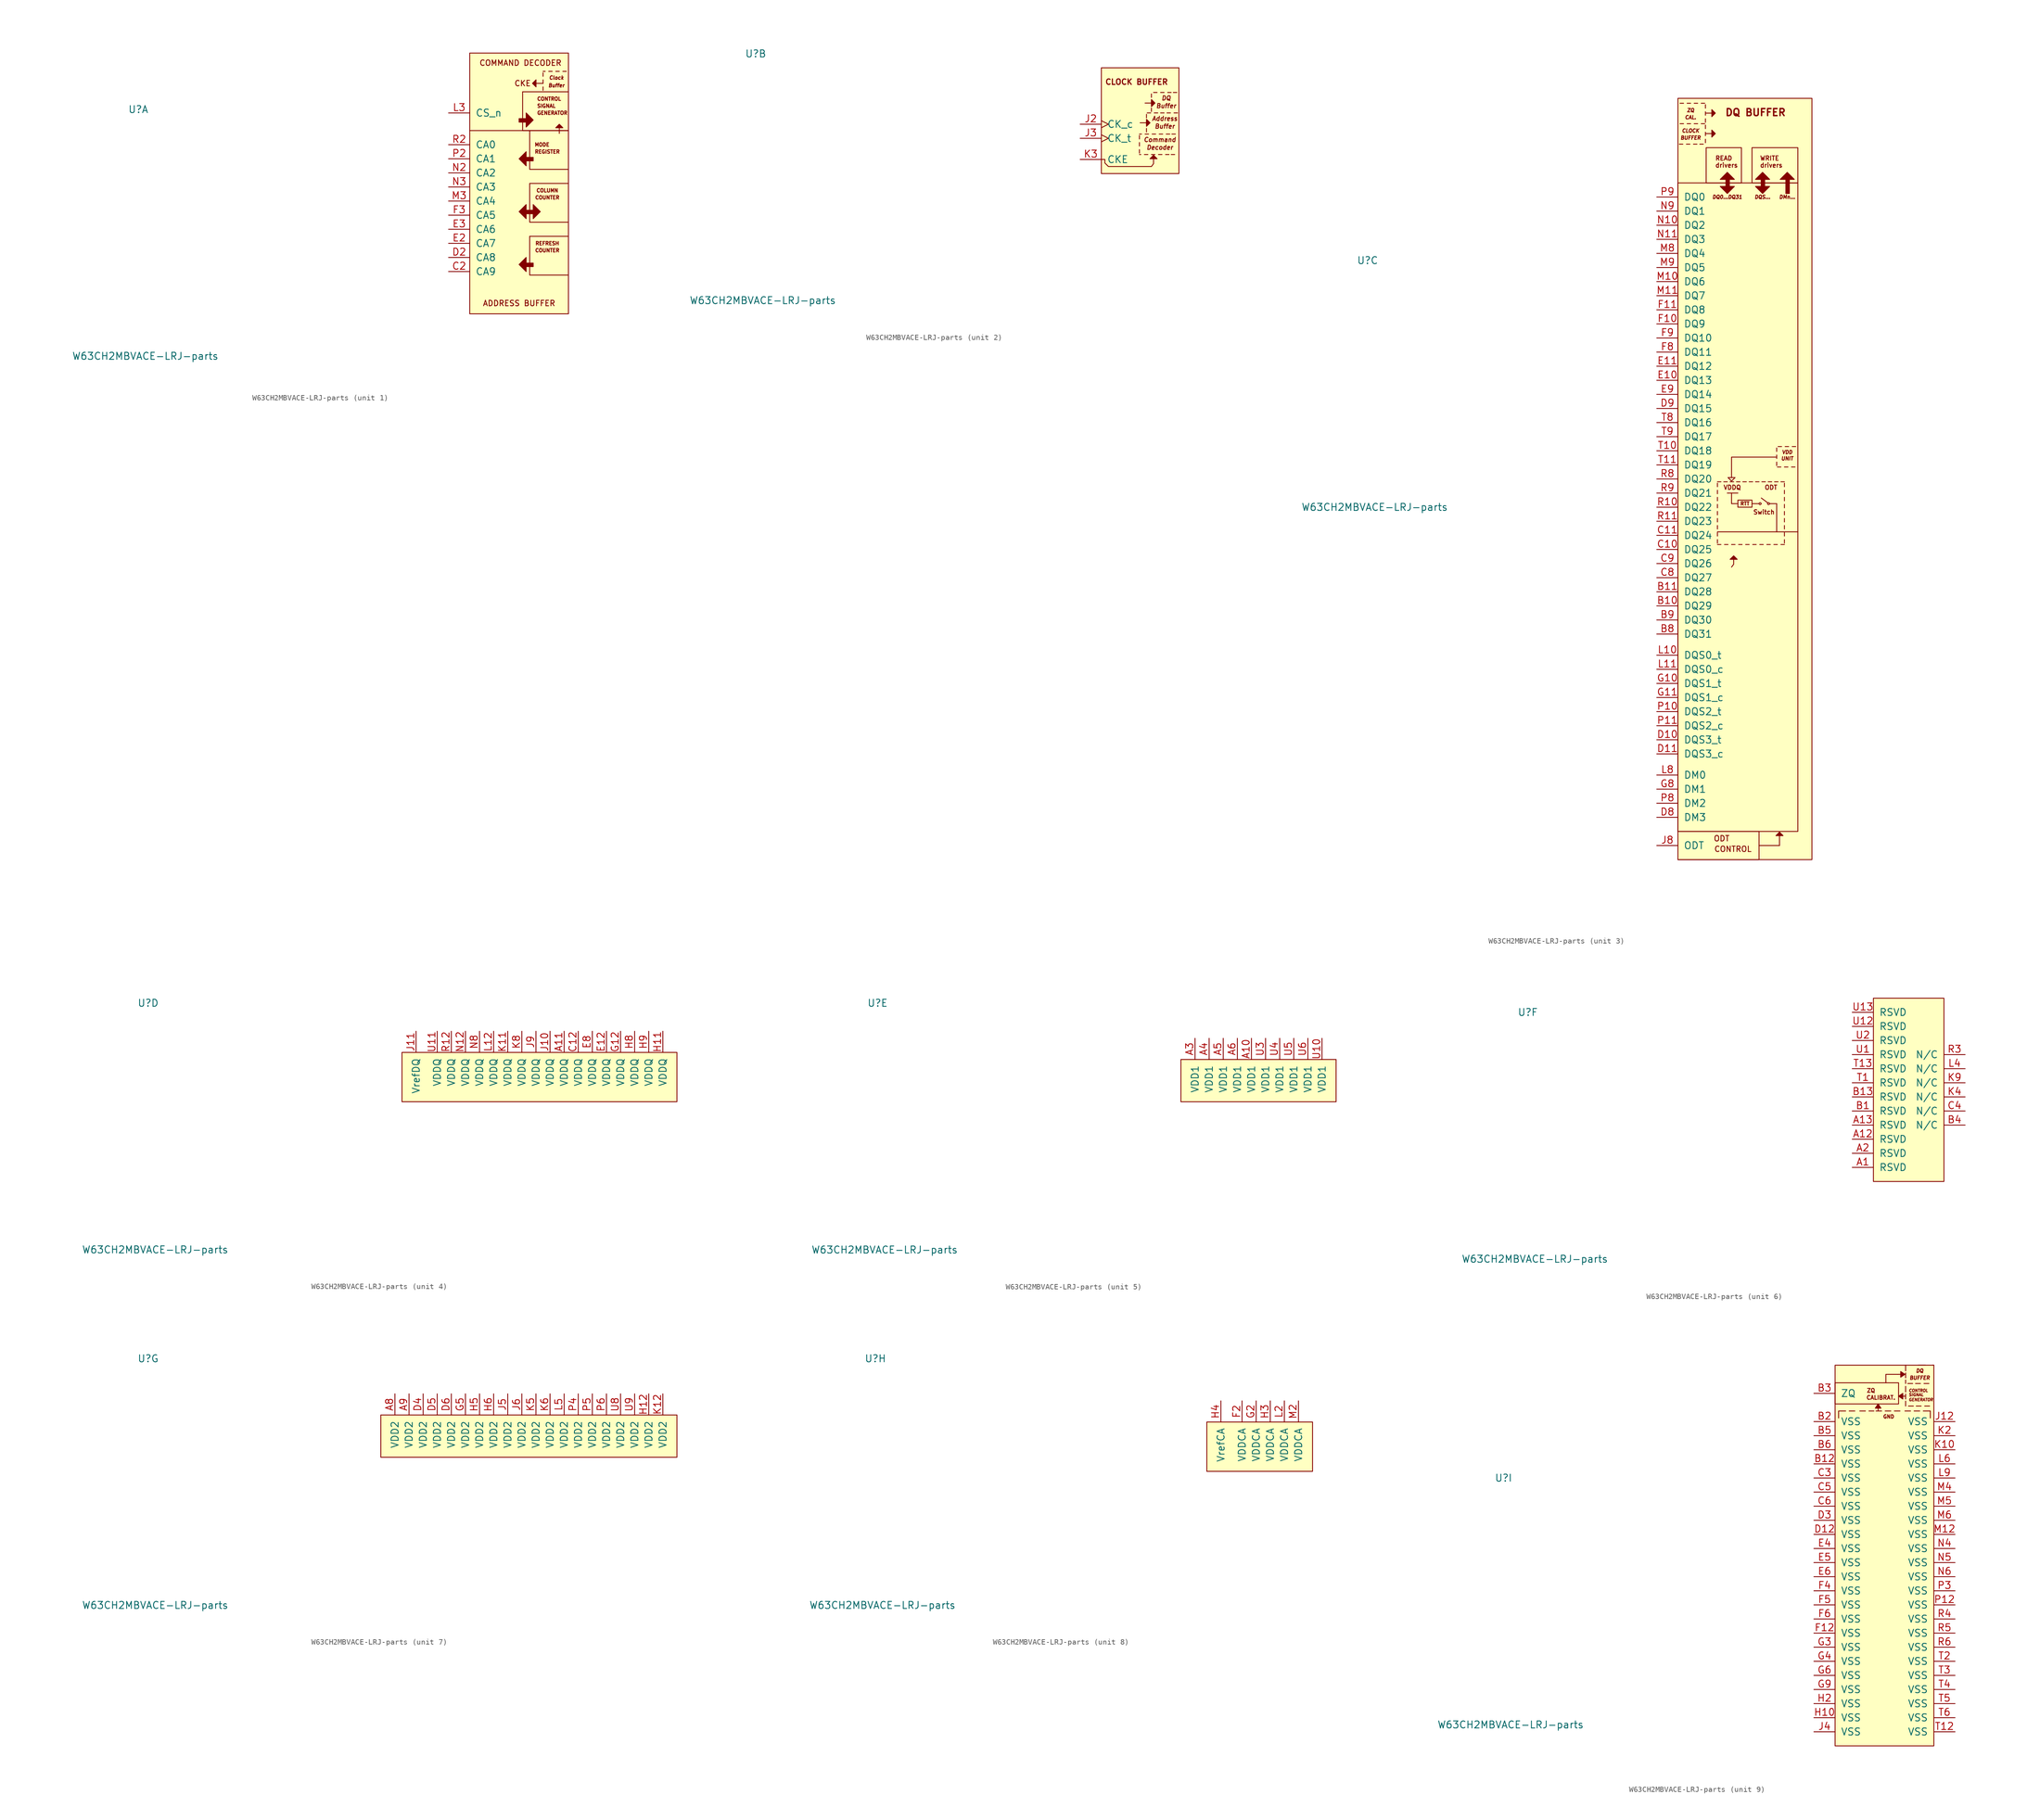
<source format=kicad_sym>
(kicad_symbol_lib
  (version 20211014)
  (generator kicad_symbol_editor)
  (symbol "W63CH2MBVACE-LRJ-parts"
    (pin_names
      (offset 1.016))
    (property "Reference" "U"
      (at -68.58 13.97 0)
      (effects (font (size 1.27 1.27))))
    (property "Value" "W63CH2MBVACE-LRJ-parts"
      (at -67.31 -30.48 0)
      (effects (font (size 1.27 1.27))))
    (property "ki_locked" ""
      (at 0 0 0)
      (effects (font (size 1.27 1.27))))
    (symbol "W63CH2MBVACE-LRJ-parts_1_1"
      (polyline (pts (xy -8.89 10.16) (xy 8.89 10.16)) (stroke (width 0) (type default) (color 0 0 0 0)) (fill (type none)))
      (polyline (pts (xy 0.635 17.145) (xy 8.89 17.145)) (stroke (width 0) (type default) (color 0 0 0 0)) (fill (type none)))
      (polyline (pts (xy 1.905 -8.89) (xy 8.89 -8.89)) (stroke (width 0) (type default) (color 0 0 0 0)) (fill (type none)))
      (polyline (pts (xy 1.905 0.635) (xy 8.89 0.635)) (stroke (width 0) (type default) (color 0 0 0 0)) (fill (type none)))
      (polyline (pts (xy 4.318 18.034) (xy 4.318 17.399)) (stroke (width 0) (type default) (color 0 0 0 0)) (fill (type none)))
      (polyline (pts (xy 4.318 18.669) (xy 3.048 18.669)) (stroke (width 0) (type default) (color 0 0 0 0)) (fill (type none)))
      (polyline (pts (xy 4.318 19.304) (xy 4.318 18.669)) (stroke (width 0) (type default) (color 0 0 0 0)) (fill (type none)))
      (polyline (pts (xy 4.318 20.574) (xy 4.318 19.939)) (stroke (width 0) (type default) (color 0 0 0 0)) (fill (type none)))
      (polyline (pts (xy 4.318 20.828) (xy 4.699 20.828)) (stroke (width 0) (type default) (color 0 0 0 0)) (fill (type none)))
      (polyline (pts (xy 5.334 20.828) (xy 5.969 20.828)) (stroke (width 0) (type default) (color 0 0 0 0)) (fill (type none)))
      (polyline (pts (xy 6.604 20.828) (xy 7.239 20.828)) (stroke (width 0) (type default) (color 0 0 0 0)) (fill (type none)))
      (polyline (pts (xy 7.239 9.652) (xy 7.239 10.922)) (stroke (width 0) (type default) (color 0 0 0 0)) (fill (type none)))
      (polyline (pts (xy 7.874 20.828) (xy 8.509 20.828)) (stroke (width 0) (type default) (color 0 0 0 0)) (fill (type none)))
      (polyline (pts (xy 1.905 -8.89) (xy 1.905 -15.875) (xy 5.08 -15.875) (xy 8.89 -15.875)) (stroke (width 0) (type default) (color 0 0 0 0)) (fill (type none)))
      (polyline (pts (xy 1.905 0.635) (xy 1.905 -6.35) (xy 5.08 -6.35) (xy 8.763 -6.35)) (stroke (width 0) (type default) (color 0 0 0 0)) (fill (type none)))
      (polyline (pts (xy 1.905 10.16) (xy 1.905 3.175) (xy 5.08 3.175) (xy 8.89 3.175)) (stroke (width 0) (type default) (color 0 0 0 0)) (fill (type none)))
      (polyline (pts (xy 3.048 18.034) (xy 3.048 19.304) (xy 2.413 18.669) (xy 3.048 18.034)) (stroke (width 0) (type default) (color 0 0 0 0)) (fill (type outline)))
      (polyline (pts (xy 6.604 10.668) (xy 7.874 10.668) (xy 7.239 11.303) (xy 6.604 10.668)) (stroke (width 0) (type default) (color 0 0 0 0)) (fill (type outline)))
      (polyline (pts (xy 0 -13.97) (xy 1.27 -12.7) (xy 0 -13.97) (xy 1.27 -15.24) (xy 1.27 -12.7)) (stroke (width 0) (type default) (color 0 0 0 0)) (fill (type outline)))
      (polyline (pts (xy 0 -4.445) (xy 1.27 -3.175) (xy 0 -4.445) (xy 1.27 -5.715) (xy 1.27 -3.175)) (stroke (width 0) (type default) (color 0 0 0 0)) (fill (type outline)))
      (polyline (pts (xy 0 5.08) (xy 1.27 6.35) (xy 0 5.08) (xy 1.27 3.81) (xy 1.27 6.35)) (stroke (width 0) (type default) (color 0 0 0 0)) (fill (type outline)))
      (polyline (pts (xy 0.635 17.145) (xy 0.635 13.97) (xy 0.635 10.16) (xy 5.715 10.16) (xy 8.89 10.16)) (stroke (width 0) (type default) (color 0 0 0 0)) (fill (type none)))
      (polyline (pts (xy 2.54 12.065) (xy 1.27 13.335) (xy 2.54 12.065) (xy 1.27 10.795) (xy 1.27 13.335)) (stroke (width 0) (type default) (color 0 0 0 0)) (fill (type outline)))
      (polyline (pts (xy 3.81 -4.445) (xy 2.54 -5.715) (xy 3.81 -4.445) (xy 2.54 -3.175) (xy 2.54 -5.715)) (stroke (width 0) (type default) (color 0 0 0 0)) (fill (type outline)))
      (rectangle (start 0 11.684) (end 1.27 12.319) (stroke (width 0) (type default) (color 0 0 0 0)) (fill (type outline)))
      (rectangle (start 2.54 -14.351) (end 1.27 -13.716) (stroke (width 0) (type default) (color 0 0 0 0)) (fill (type outline)))
      (rectangle (start 2.54 -4.826) (end 1.27 -4.191) (stroke (width 0) (type default) (color 0 0 0 0)) (fill (type outline)))
      (rectangle (start 2.54 4.699) (end 1.27 5.334) (stroke (width 0) (type default) (color 0 0 0 0)) (fill (type outline)))
      (rectangle (start 8.89 24.13) (end -8.89 -22.86) (stroke (width 0) (type default) (color 0 0 0 0)) (fill (type background)))
      (text "ADDRESS BUFFER" (at 0 -20.955 0) (effects (font (size 0.991 0.991))))
      (text "Buffer" (at 6.731 18.288 0) (effects (font (size 0.635 0.635) italic)))
      (text "CKE" (at 0.635 18.669 0) (effects (font (size 0.991 0.991))))
      (text "Clock" (at 6.731 19.685 0) (effects (font (size 0.635 0.635) italic)))
      (text "COLUMN" (at 5.08 -0.635 0) (effects (font (size 0.635 0.635))))
      (text "COMMAND DECODER" (at 0.254 22.352 0) (effects (font (size 0.991 0.991))))
      (text "CONTROL" (at 3.175 15.875 0) (effects (font (size 0.635 0.635)) (justify left)))
      (text "COUNTER" (at 5.08 -11.43 0) (effects (font (size 0.635 0.635))))
      (text "COUNTER" (at 5.08 -1.905 0) (effects (font (size 0.635 0.635))))
      (text "GENERATOR" (at 3.175 13.335 0) (effects (font (size 0.635 0.635)) (justify left)))
      (text "MODE" (at 4.14 7.62 0) (effects (font (size 0.635 0.635))))
      (text "REFRESH" (at 5.08 -10.16 0) (effects (font (size 0.635 0.635))))
      (text "REGISTER" (at 5.08 6.35 0) (effects (font (size 0.635 0.635))))
      (text "SIGNAL" (at 3.175 14.605 0) (effects (font (size 0.635 0.635)) (justify left)))
      (pin input line (at -12.7 -15.24 0) (length 3.81) (name "CA9" (effects (font (size 1.27 1.27)))) (number "C2" (effects (font (size 1.27 1.27)))))
      (pin input line (at -12.7 -12.7 0) (length 3.81) (name "CA8" (effects (font (size 1.27 1.27)))) (number "D2" (effects (font (size 1.27 1.27)))))
      (pin input line (at -12.7 -10.16 0) (length 3.81) (name "CA7" (effects (font (size 1.27 1.27)))) (number "E2" (effects (font (size 1.27 1.27)))))
      (pin input line (at -12.7 -7.62 0) (length 3.81) (name "CA6" (effects (font (size 1.27 1.27)))) (number "E3" (effects (font (size 1.27 1.27)))))
      (pin input line (at -12.7 -5.08 0) (length 3.81) (name "CA5" (effects (font (size 1.27 1.27)))) (number "F3" (effects (font (size 1.27 1.27)))))
      (pin input line (at -12.7 13.335 0) (length 3.81) (name "CS_n" (effects (font (size 1.27 1.27)))) (number "L3" (effects (font (size 1.27 1.27)))))
      (pin input line (at -12.7 -2.54 0) (length 3.81) (name "CA4" (effects (font (size 1.27 1.27)))) (number "M3" (effects (font (size 1.27 1.27)))))
      (pin input line (at -12.7 2.54 0) (length 3.81) (name "CA2" (effects (font (size 1.27 1.27)))) (number "N2" (effects (font (size 1.27 1.27)))))
      (pin input line (at -12.7 0 0) (length 3.81) (name "CA3" (effects (font (size 1.27 1.27)))) (number "N3" (effects (font (size 1.27 1.27)))))
      (pin input line (at -12.7 5.08 0) (length 3.81) (name "CA1" (effects (font (size 1.27 1.27)))) (number "P2" (effects (font (size 1.27 1.27)))))
      (pin input line (at -12.7 7.62 0) (length 3.81) (name "CA0" (effects (font (size 1.27 1.27)))) (number "R2" (effects (font (size 1.27 1.27))))))
    (symbol "W63CH2MBVACE-LRJ-parts_2_1"
      (polyline (pts (xy 0.508 -4.191) (xy 0.762 -4.191)) (stroke (width 0) (type default) (color 0 0 0 0)) (fill (type none)))
      (polyline (pts (xy 0.508 -3.302) (xy 0.508 -3.937)) (stroke (width 0) (type default) (color 0 0 0 0)) (fill (type none)))
      (polyline (pts (xy 0.508 -2.032) (xy 0.508 -2.667)) (stroke (width 0) (type default) (color 0 0 0 0)) (fill (type none)))
      (polyline (pts (xy 0.508 -0.762) (xy 0.508 -1.397)) (stroke (width 0) (type default) (color 0 0 0 0)) (fill (type none)))
      (polyline (pts (xy 0.508 -0.508) (xy 0.889 -0.508)) (stroke (width 0) (type default) (color 0 0 0 0)) (fill (type none)))
      (polyline (pts (xy 1.397 -4.191) (xy 2.032 -4.191)) (stroke (width 0) (type default) (color 0 0 0 0)) (fill (type none)))
      (polyline (pts (xy 1.524 -0.508) (xy 2.159 -0.508)) (stroke (width 0) (type default) (color 0 0 0 0)) (fill (type none)))
      (polyline (pts (xy 1.778 0.508) (xy 1.778 -0.127)) (stroke (width 0) (type default) (color 0 0 0 0)) (fill (type none)))
      (polyline (pts (xy 1.778 1.524) (xy 0.635 1.524)) (stroke (width 0) (type default) (color 0 0 0 0)) (fill (type none)))
      (polyline (pts (xy 1.778 1.778) (xy 1.778 1.143)) (stroke (width 0) (type default) (color 0 0 0 0)) (fill (type none)))
      (polyline (pts (xy 1.778 1.905) (xy 1.778 1.27)) (stroke (width 0) (type default) (color 0 0 0 0)) (fill (type none)))
      (polyline (pts (xy 1.778 3.048) (xy 1.778 2.413)) (stroke (width 0) (type default) (color 0 0 0 0)) (fill (type none)))
      (polyline (pts (xy 1.905 3.302) (xy 2.54 3.302)) (stroke (width 0) (type default) (color 0 0 0 0)) (fill (type none)))
      (polyline (pts (xy 2.667 -4.191) (xy 3.302 -4.191)) (stroke (width 0) (type default) (color 0 0 0 0)) (fill (type none)))
      (polyline (pts (xy 2.667 4.191) (xy 2.667 3.556)) (stroke (width 0) (type default) (color 0 0 0 0)) (fill (type none)))
      (polyline (pts (xy 2.667 5.08) (xy 1.524 5.08)) (stroke (width 0) (type default) (color 0 0 0 0)) (fill (type none)))
      (polyline (pts (xy 2.667 5.461) (xy 2.667 4.826)) (stroke (width 0) (type default) (color 0 0 0 0)) (fill (type none)))
      (polyline (pts (xy 2.667 6.731) (xy 2.667 6.096)) (stroke (width 0) (type default) (color 0 0 0 0)) (fill (type none)))
      (polyline (pts (xy 2.794 -0.508) (xy 3.429 -0.508)) (stroke (width 0) (type default) (color 0 0 0 0)) (fill (type none)))
      (polyline (pts (xy 3.048 6.985) (xy 3.683 6.985)) (stroke (width 0) (type default) (color 0 0 0 0)) (fill (type none)))
      (polyline (pts (xy 3.175 3.302) (xy 3.81 3.302)) (stroke (width 0) (type default) (color 0 0 0 0)) (fill (type none)))
      (polyline (pts (xy 3.937 -4.191) (xy 4.572 -4.191)) (stroke (width 0) (type default) (color 0 0 0 0)) (fill (type none)))
      (polyline (pts (xy 4.064 -0.508) (xy 4.699 -0.508)) (stroke (width 0) (type default) (color 0 0 0 0)) (fill (type none)))
      (polyline (pts (xy 4.318 3.302) (xy 4.953 3.302)) (stroke (width 0) (type default) (color 0 0 0 0)) (fill (type none)))
      (polyline (pts (xy 4.318 6.985) (xy 4.953 6.985)) (stroke (width 0) (type default) (color 0 0 0 0)) (fill (type none)))
      (polyline (pts (xy 5.207 -4.191) (xy 5.842 -4.191)) (stroke (width 0) (type default) (color 0 0 0 0)) (fill (type none)))
      (polyline (pts (xy 5.334 -0.508) (xy 5.969 -0.508)) (stroke (width 0) (type default) (color 0 0 0 0)) (fill (type none)))
      (polyline (pts (xy 5.461 3.302) (xy 6.096 3.302)) (stroke (width 0) (type default) (color 0 0 0 0)) (fill (type none)))
      (polyline (pts (xy 5.588 6.985) (xy 6.223 6.985)) (stroke (width 0) (type default) (color 0 0 0 0)) (fill (type none)))
      (polyline (pts (xy 6.223 -4.191) (xy 6.858 -4.191)) (stroke (width 0) (type default) (color 0 0 0 0)) (fill (type none)))
      (polyline (pts (xy 6.35 -0.508) (xy 6.985 -0.508)) (stroke (width 0) (type default) (color 0 0 0 0)) (fill (type none)))
      (polyline (pts (xy 6.604 6.985) (xy 7.239 6.985)) (stroke (width 0) (type default) (color 0 0 0 0)) (fill (type none)))
      (polyline (pts (xy 6.731 3.302) (xy 7.366 3.302)) (stroke (width 0) (type default) (color 0 0 0 0)) (fill (type none)))
      (polyline (pts (xy 2.667 -6.35) (xy 3.048 -5.842) (xy 3.048 -4.953)) (stroke (width 0) (type default) (color 0 0 0 0)) (fill (type none)))
      (polyline (pts (xy 1.778 2.159) (xy 1.778 0.889) (xy 2.413 1.524) (xy 1.778 2.159)) (stroke (width 0) (type default) (color 0 0 0 0)) (fill (type outline)))
      (polyline (pts (xy 2.413 -4.953) (xy 3.683 -4.953) (xy 3.048 -4.318) (xy 2.413 -4.953)) (stroke (width 0) (type default) (color 0 0 0 0)) (fill (type outline)))
      (polyline (pts (xy 2.667 5.715) (xy 2.667 4.445) (xy 3.302 5.08) (xy 2.667 5.715)) (stroke (width 0) (type default) (color 0 0 0 0)) (fill (type outline)))
      (polyline (pts (xy -6.35 -5.08) (xy -5.715 -5.08) (xy -5.715 -5.715) (xy -5.08 -6.35) (xy 2.667 -6.35)) (stroke (width 0) (type default) (color 0 0 0 0)) (fill (type none)))
      (rectangle (start 7.62 11.43) (end -6.35 -7.62) (stroke (width 0) (type default) (color 0 0 0 0)) (fill (type background)))
      (text "Address" (at 5.08 2.286 0) (effects (font (size 0.787 0.787) italic)))
      (text "Buffer" (at 5.08 0.889 0) (effects (font (size 0.787 0.787) italic)))
      (text "Buffer" (at 5.334 4.572 0) (effects (font (size 0.787 0.787) italic)))
      (text "CLOCK BUFFER" (at 0 8.89 0) (effects (font (size 0.991 0.991) bold)))
      (text "Command" (at 4.191 -1.524 0) (effects (font (size 0.787 0.787) italic)))
      (text "Decoder" (at 4.191 -2.921 0) (effects (font (size 0.787 0.787) italic)))
      (text "DQ" (at 5.334 5.969 0) (effects (font (size 0.787 0.787) italic)))
      (pin input clock (at -10.16 1.27 0) (length 3.81) (name "CK_c" (effects (font (size 1.27 1.27)))) (number "J2" (effects (font (size 1.27 1.27)))))
      (pin input clock (at -10.16 -1.27 0) (length 3.81) (name "CK_t" (effects (font (size 1.27 1.27)))) (number "J3" (effects (font (size 1.27 1.27)))))
      (pin input line (at -10.16 -5.08 0) (length 3.81) (name "CKE" (effects (font (size 1.27 1.27)))) (number "K3" (effects (font (size 1.27 1.27))))))
    (symbol "W63CH2MBVACE-LRJ-parts_3_1"
      (rectangle (start -12.7 -93.98) (end 11.43 43.18) (stroke (width 0) (type default) (color 0 0 0 0)) (fill (type background)))
      (rectangle (start -12.7 27.94) (end 8.89 -88.9) (stroke (width 0) (type default) (color 0 0 0 0)) (fill (type none)))
      (rectangle (start -7.62 34.29) (end -1.27 27.94) (stroke (width 0) (type default) (color 0 0 0 0)) (fill (type none)))
      (rectangle (start -3.429 28.575) (end -4.064 27.305) (stroke (width 0) (type default) (color 0 0 0 0)) (fill (type outline)))
      (polyline (pts (xy -12.446 34.925) (xy -11.811 34.925)) (stroke (width 0) (type default) (color 0 0 0 0)) (fill (type none)))
      (polyline (pts (xy -11.684 38.608) (xy -12.319 38.608)) (stroke (width 0) (type default) (color 0 0 0 0)) (fill (type none)))
      (polyline (pts (xy -11.684 42.291) (xy -12.319 42.291)) (stroke (width 0) (type default) (color 0 0 0 0)) (fill (type none)))
      (polyline (pts (xy -11.176 34.925) (xy -10.541 34.925)) (stroke (width 0) (type default) (color 0 0 0 0)) (fill (type none)))
      (polyline (pts (xy -10.414 38.608) (xy -11.049 38.608)) (stroke (width 0) (type default) (color 0 0 0 0)) (fill (type none)))
      (polyline (pts (xy -10.414 42.291) (xy -11.049 42.291)) (stroke (width 0) (type default) (color 0 0 0 0)) (fill (type none)))
      (polyline (pts (xy -9.906 34.925) (xy -9.271 34.925)) (stroke (width 0) (type default) (color 0 0 0 0)) (fill (type none)))
      (polyline (pts (xy -9.779 38.608) (xy -9.144 38.608)) (stroke (width 0) (type default) (color 0 0 0 0)) (fill (type none)))
      (polyline (pts (xy -9.779 42.291) (xy -9.144 42.291)) (stroke (width 0) (type default) (color 0 0 0 0)) (fill (type none)))
      (polyline (pts (xy -8.763 34.925) (xy -8.128 34.925)) (stroke (width 0) (type default) (color 0 0 0 0)) (fill (type none)))
      (polyline (pts (xy -7.874 38.608) (xy -8.509 38.608)) (stroke (width 0) (type default) (color 0 0 0 0)) (fill (type none)))
      (polyline (pts (xy -7.874 42.291) (xy -8.509 42.291)) (stroke (width 0) (type default) (color 0 0 0 0)) (fill (type none)))
      (polyline (pts (xy -7.747 35.814) (xy -7.747 35.179)) (stroke (width 0) (type default) (color 0 0 0 0)) (fill (type none)))
      (polyline (pts (xy -7.747 37.084) (xy -7.747 36.449)) (stroke (width 0) (type default) (color 0 0 0 0)) (fill (type none)))
      (polyline (pts (xy -7.747 38.354) (xy -7.747 37.719)) (stroke (width 0) (type default) (color 0 0 0 0)) (fill (type none)))
      (polyline (pts (xy -7.747 39.497) (xy -7.747 38.862)) (stroke (width 0) (type default) (color 0 0 0 0)) (fill (type none)))
      (polyline (pts (xy -7.747 40.767) (xy -7.747 40.132)) (stroke (width 0) (type default) (color 0 0 0 0)) (fill (type none)))
      (polyline (pts (xy -7.747 42.037) (xy -7.747 41.402)) (stroke (width 0) (type default) (color 0 0 0 0)) (fill (type none)))
      (polyline (pts (xy -6.604 36.83) (xy -7.747 36.83)) (stroke (width 0) (type default) (color 0 0 0 0)) (fill (type none)))
      (polyline (pts (xy -6.604 40.513) (xy -7.747 40.513)) (stroke (width 0) (type default) (color 0 0 0 0)) (fill (type none)))
      (polyline (pts (xy -5.588 -36.322) (xy -5.588 -36.957)) (stroke (width 0) (type default) (color 0 0 0 0)) (fill (type none)))
      (polyline (pts (xy -5.588 -35.052) (xy -5.588 -35.687)) (stroke (width 0) (type default) (color 0 0 0 0)) (fill (type none)))
      (polyline (pts (xy -5.588 -34.925) (xy 8.89 -34.925)) (stroke (width 0) (type default) (color 0 0 0 0)) (fill (type none)))
      (polyline (pts (xy -5.588 -33.782) (xy -5.588 -34.417)) (stroke (width 0) (type default) (color 0 0 0 0)) (fill (type none)))
      (polyline (pts (xy -5.588 -32.512) (xy -5.588 -33.147)) (stroke (width 0) (type default) (color 0 0 0 0)) (fill (type none)))
      (polyline (pts (xy -5.588 -31.242) (xy -5.588 -31.877)) (stroke (width 0) (type default) (color 0 0 0 0)) (fill (type none)))
      (polyline (pts (xy -5.588 -29.972) (xy -5.588 -30.607)) (stroke (width 0) (type default) (color 0 0 0 0)) (fill (type none)))
      (polyline (pts (xy -5.588 -28.702) (xy -5.588 -29.337)) (stroke (width 0) (type default) (color 0 0 0 0)) (fill (type none)))
      (polyline (pts (xy -5.588 -27.432) (xy -5.588 -28.067)) (stroke (width 0) (type default) (color 0 0 0 0)) (fill (type none)))
      (polyline (pts (xy -5.588 -26.162) (xy -5.588 -26.797)) (stroke (width 0) (type default) (color 0 0 0 0)) (fill (type none)))
      (polyline (pts (xy -5.588 -25.908) (xy -4.953 -25.908)) (stroke (width 0) (type default) (color 0 0 0 0)) (fill (type none)))
      (polyline (pts (xy -4.953 -37.211) (xy -5.588 -37.211)) (stroke (width 0) (type default) (color 0 0 0 0)) (fill (type none)))
      (polyline (pts (xy -3.81 -25.908) (xy -4.445 -25.908)) (stroke (width 0) (type default) (color 0 0 0 0)) (fill (type none)))
      (polyline (pts (xy -3.683 -37.211) (xy -4.318 -37.211)) (stroke (width 0) (type default) (color 0 0 0 0)) (fill (type none)))
      (polyline (pts (xy -2.667 -25.908) (xy -3.302 -25.908)) (stroke (width 0) (type default) (color 0 0 0 0)) (fill (type none)))
      (polyline (pts (xy -2.413 -37.211) (xy -3.048 -37.211)) (stroke (width 0) (type default) (color 0 0 0 0)) (fill (type none)))
      (polyline (pts (xy -1.905 -27.94) (xy -3.81 -27.94)) (stroke (width 0) (type default) (color 0 0 0 0)) (fill (type none)))
      (polyline (pts (xy -1.524 -25.908) (xy -2.159 -25.908)) (stroke (width 0) (type default) (color 0 0 0 0)) (fill (type none)))
      (polyline (pts (xy -1.143 -37.211) (xy -1.778 -37.211)) (stroke (width 0) (type default) (color 0 0 0 0)) (fill (type none)))
      (polyline (pts (xy -0.381 -25.908) (xy -1.016 -25.908)) (stroke (width 0) (type default) (color 0 0 0 0)) (fill (type none)))
      (polyline (pts (xy 0.127 -37.211) (xy -0.508 -37.211)) (stroke (width 0) (type default) (color 0 0 0 0)) (fill (type none)))
      (polyline (pts (xy 0.635 -29.845) (xy 1.905 -29.845)) (stroke (width 0) (type default) (color 0 0 0 0)) (fill (type none)))
      (polyline (pts (xy 0.762 -25.908) (xy 0.127 -25.908)) (stroke (width 0) (type default) (color 0 0 0 0)) (fill (type none)))
      (polyline (pts (xy 1.397 -37.211) (xy 0.762 -37.211)) (stroke (width 0) (type default) (color 0 0 0 0)) (fill (type none)))
      (polyline (pts (xy 1.905 -25.908) (xy 1.27 -25.908)) (stroke (width 0) (type default) (color 0 0 0 0)) (fill (type none)))
      (polyline (pts (xy 2.667 -37.211) (xy 2.032 -37.211)) (stroke (width 0) (type default) (color 0 0 0 0)) (fill (type none)))
      (polyline (pts (xy 3.048 -25.908) (xy 2.413 -25.908)) (stroke (width 0) (type default) (color 0 0 0 0)) (fill (type none)))
      (polyline (pts (xy 3.505 -29.718) (xy 2.311 -28.829)) (stroke (width 0) (type default) (color 0 0 0 0)) (fill (type none)))
      (polyline (pts (xy 3.81 -29.845) (xy 5.08 -29.845)) (stroke (width 0) (type default) (color 0 0 0 0)) (fill (type none)))
      (polyline (pts (xy 3.937 -37.211) (xy 3.302 -37.211)) (stroke (width 0) (type default) (color 0 0 0 0)) (fill (type none)))
      (polyline (pts (xy 4.191 -25.908) (xy 3.556 -25.908)) (stroke (width 0) (type default) (color 0 0 0 0)) (fill (type none)))
      (polyline (pts (xy 5.08 -29.845) (xy 5.08 -34.925)) (stroke (width 0) (type default) (color 0 0 0 0)) (fill (type none)))
      (polyline (pts (xy 5.08 -22.987) (xy 5.08 -22.352)) (stroke (width 0) (type default) (color 0 0 0 0)) (fill (type none)))
      (polyline (pts (xy 5.08 -21.717) (xy 5.08 -21.082)) (stroke (width 0) (type default) (color 0 0 0 0)) (fill (type none)))
      (polyline (pts (xy 5.08 -20.447) (xy 5.08 -19.812)) (stroke (width 0) (type default) (color 0 0 0 0)) (fill (type none)))
      (polyline (pts (xy 5.207 -37.211) (xy 4.572 -37.211)) (stroke (width 0) (type default) (color 0 0 0 0)) (fill (type none)))
      (polyline (pts (xy 5.207 -23.241) (xy 5.842 -23.241)) (stroke (width 0) (type default) (color 0 0 0 0)) (fill (type none)))
      (polyline (pts (xy 5.334 -25.908) (xy 4.699 -25.908)) (stroke (width 0) (type default) (color 0 0 0 0)) (fill (type none)))
      (polyline (pts (xy 5.588 -91.44) (xy 1.905 -91.44)) (stroke (width 0) (type default) (color 0 0 0 0)) (fill (type none)))
      (polyline (pts (xy 5.588 -89.662) (xy 5.588 -91.44)) (stroke (width 0) (type default) (color 0 0 0 0)) (fill (type none)))
      (polyline (pts (xy 5.969 -19.558) (xy 5.334 -19.558)) (stroke (width 0) (type default) (color 0 0 0 0)) (fill (type none)))
      (polyline (pts (xy 6.477 -37.211) (xy 5.842 -37.211)) (stroke (width 0) (type default) (color 0 0 0 0)) (fill (type none)))
      (polyline (pts (xy 6.477 -36.322) (xy 6.477 -36.957)) (stroke (width 0) (type default) (color 0 0 0 0)) (fill (type none)))
      (polyline (pts (xy 6.477 -35.052) (xy 6.477 -35.687)) (stroke (width 0) (type default) (color 0 0 0 0)) (fill (type none)))
      (polyline (pts (xy 6.477 -33.782) (xy 6.477 -34.417)) (stroke (width 0) (type default) (color 0 0 0 0)) (fill (type none)))
      (polyline (pts (xy 6.477 -32.512) (xy 6.477 -33.147)) (stroke (width 0) (type default) (color 0 0 0 0)) (fill (type none)))
      (polyline (pts (xy 6.477 -31.242) (xy 6.477 -31.877)) (stroke (width 0) (type default) (color 0 0 0 0)) (fill (type none)))
      (polyline (pts (xy 6.477 -29.972) (xy 6.477 -30.607)) (stroke (width 0) (type default) (color 0 0 0 0)) (fill (type none)))
      (polyline (pts (xy 6.477 -28.702) (xy 6.477 -29.337)) (stroke (width 0) (type default) (color 0 0 0 0)) (fill (type none)))
      (polyline (pts (xy 6.477 -27.432) (xy 6.477 -28.067)) (stroke (width 0) (type default) (color 0 0 0 0)) (fill (type none)))
      (polyline (pts (xy 6.477 -26.162) (xy 6.477 -26.797)) (stroke (width 0) (type default) (color 0 0 0 0)) (fill (type none)))
      (polyline (pts (xy 6.477 -25.908) (xy 5.842 -25.908)) (stroke (width 0) (type default) (color 0 0 0 0)) (fill (type none)))
      (polyline (pts (xy 6.477 -23.241) (xy 7.112 -23.241)) (stroke (width 0) (type default) (color 0 0 0 0)) (fill (type none)))
      (polyline (pts (xy 7.239 -19.558) (xy 6.604 -19.558)) (stroke (width 0) (type default) (color 0 0 0 0)) (fill (type none)))
      (polyline (pts (xy 7.747 -23.241) (xy 8.382 -23.241)) (stroke (width 0) (type default) (color 0 0 0 0)) (fill (type none)))
      (polyline (pts (xy 8.509 -19.558) (xy 7.874 -19.558)) (stroke (width 0) (type default) (color 0 0 0 0)) (fill (type none)))
      (polyline (pts (xy -3.048 -41.275) (xy -2.667 -40.767) (xy -2.667 -39.878)) (stroke (width 0) (type default) (color 0 0 0 0)) (fill (type none)))
      (polyline (pts (xy -3.048 -27.94) (xy -3.048 -29.845) (xy -1.905 -29.845)) (stroke (width 0) (type default) (color 0 0 0 0)) (fill (type none)))
      (polyline (pts (xy -6.604 36.195) (xy -6.604 37.465) (xy -5.969 36.83) (xy -6.604 36.195)) (stroke (width 0) (type default) (color 0 0 0 0)) (fill (type outline)))
      (polyline (pts (xy -6.604 39.878) (xy -6.604 41.148) (xy -5.969 40.513) (xy -6.604 39.878)) (stroke (width 0) (type default) (color 0 0 0 0)) (fill (type outline)))
      (polyline (pts (xy -3.683 -25.146) (xy -2.413 -25.146) (xy -3.048 -25.781) (xy -3.683 -25.146)) (stroke (width 0) (type default) (color 0 0 0 0)) (fill (type none)))
      (polyline (pts (xy -3.302 -39.878) (xy -2.032 -39.878) (xy -2.667 -39.243) (xy -3.302 -39.878)) (stroke (width 0) (type default) (color 0 0 0 0)) (fill (type outline)))
      (polyline (pts (xy 4.953 -89.662) (xy 6.223 -89.662) (xy 5.588 -89.027) (xy 4.953 -89.662)) (stroke (width 0) (type default) (color 0 0 0 0)) (fill (type outline)))
      (polyline (pts (xy 5.08 -21.463) (xy -3.048 -21.463) (xy -3.048 -23.368) (xy -3.048 -25.146)) (stroke (width 0) (type default) (color 0 0 0 0)) (fill (type none)))
      (polyline (pts (xy -12.7 -93.98) (xy 1.905 -93.98) (xy 1.905 -90.805) (xy 1.905 -88.9) (xy -12.7 -88.9)) (stroke (width 0) (type default) (color 0 0 0 0)) (fill (type none)))
      (polyline (pts (xy -3.81 26.035) (xy -5.08 27.305) (xy -3.81 26.035) (xy -2.54 27.305) (xy -5.08 27.305)) (stroke (width 0) (type default) (color 0 0 0 0)) (fill (type outline)))
      (polyline (pts (xy -3.81 29.845) (xy -2.54 28.575) (xy -3.81 29.845) (xy -5.08 28.575) (xy -2.54 28.575)) (stroke (width 0) (type default) (color 0 0 0 0)) (fill (type outline)))
      (polyline (pts (xy 2.54 26.035) (xy 1.27 27.305) (xy 2.54 26.035) (xy 3.81 27.305) (xy 1.27 27.305)) (stroke (width 0) (type default) (color 0 0 0 0)) (fill (type outline)))
      (polyline (pts (xy 2.54 29.845) (xy 3.81 28.575) (xy 2.54 29.845) (xy 1.27 28.575) (xy 3.81 28.575)) (stroke (width 0) (type default) (color 0 0 0 0)) (fill (type outline)))
      (polyline (pts (xy 6.985 29.845) (xy 8.255 28.575) (xy 6.985 29.845) (xy 5.715 28.575) (xy 8.255 28.575)) (stroke (width 0) (type default) (color 0 0 0 0)) (fill (type outline)))
      (rectangle (start 0.635 -29.21) (end -1.905 -30.48) (stroke (width 0) (type default) (color 0 0 0 0)) (fill (type none)))
      (rectangle (start 0.635 34.29) (end 8.89 27.94) (stroke (width 0) (type default) (color 0 0 0 0)) (fill (type none)))
      (arc (start 1.905 -29.845) (mid 2.1082 -30.0482) (end 2.286 -29.845) (stroke (width 0) (type default) (color 0 0 0 0)) (fill (type none)))
      (arc (start 2.286 -29.845) (mid 2.1082 -29.6672) (end 1.905 -29.845) (stroke (width 0) (type default) (color 0 0 0 0)) (fill (type none)))
      (rectangle (start 2.921 28.575) (end 2.286 27.305) (stroke (width 0) (type default) (color 0 0 0 0)) (fill (type outline)))
      (arc (start 3.429 -29.845) (mid 3.6322 -30.0482) (end 3.81 -29.845) (stroke (width 0) (type default) (color 0 0 0 0)) (fill (type none)))
      (arc (start 3.81 -29.845) (mid 3.6322 -29.6672) (end 3.429 -29.845) (stroke (width 0) (type default) (color 0 0 0 0)) (fill (type none)))
      (rectangle (start 7.366 28.575) (end 6.731 26.035) (stroke (width 0) (type default) (color 0 0 0 0)) (fill (type outline)))
      (text "BUFFER" (at -10.414 36.068 0) (effects (font (size 0.635 0.635) italic)))
      (text "CAL." (at -10.414 39.751 0) (effects (font (size 0.635 0.635) italic)))
      (text "CLOCK" (at -10.414 37.338 0) (effects (font (size 0.635 0.635) italic)))
      (text "CONTROL" (at -2.794 -92.075 0) (effects (font (size 0.991 0.991))))
      (text "DMn..." (at 6.985 25.4 0) (effects (font (size 0.635 0.635) italic)))
      (text "DQ BUFFER" (at 1.27 40.64 0) (effects (font (size 1.27 1.27) bold)))
      (text "DQ0...DQ31" (at -3.81 25.4 0) (effects (font (size 0.635 0.635) italic)))
      (text "DQS..." (at 2.54 25.4 0) (effects (font (size 0.635 0.635) italic)))
      (text "drivers" (at -3.937 31.115 0) (effects (font (size 0.787 0.787))))
      (text "drivers" (at 4.115 31.115 0) (effects (font (size 0.787 0.787))))
      (text "ODT" (at -4.826 -90.17 0) (effects (font (size 0.991 0.991))))
      (text "ODT" (at 4.064 -26.924 0) (effects (font (size 0.787 0.787))))
      (text "READ" (at -4.445 32.385 0) (effects (font (size 0.787 0.787))))
      (text "RTT" (at -0.635 -29.845 0) (effects (font (size 0.635 0.635))))
      (text "Switch" (at 2.794 -31.369 0) (effects (font (size 0.787 0.787))))
      (text "UNIT" (at 6.985 -21.717 0) (effects (font (size 0.635 0.635) italic)))
      (text "VDD" (at 6.985 -20.574 0) (effects (font (size 0.635 0.635) italic)))
      (text "VDDQ" (at -2.921 -26.924 0) (effects (font (size 0.787 0.787))))
      (text "WRITE" (at 3.81 32.385 0) (effects (font (size 0.787 0.787))))
      (text "ZQ" (at -10.414 41.021 0) (effects (font (size 0.635 0.635) italic)))
      (pin bidirectional line (at -16.51 -48.26 0) (length 3.81) (name "DQ29" (effects (font (size 1.27 1.27)))) (number "B10" (effects (font (size 1.27 1.27)))))
      (pin bidirectional line (at -16.51 -45.72 0) (length 3.81) (name "DQ28" (effects (font (size 1.27 1.27)))) (number "B11" (effects (font (size 1.27 1.27)))))
      (pin bidirectional line (at -16.51 -53.34 0) (length 3.81) (name "DQ31" (effects (font (size 1.27 1.27)))) (number "B8" (effects (font (size 1.27 1.27)))))
      (pin bidirectional line (at -16.51 -50.8 0) (length 3.81) (name "DQ30" (effects (font (size 1.27 1.27)))) (number "B9" (effects (font (size 1.27 1.27)))))
      (pin bidirectional line (at -16.51 -38.1 0) (length 3.81) (name "DQ25" (effects (font (size 1.27 1.27)))) (number "C10" (effects (font (size 1.27 1.27)))))
      (pin bidirectional line (at -16.51 -35.56 0) (length 3.81) (name "DQ24" (effects (font (size 1.27 1.27)))) (number "C11" (effects (font (size 1.27 1.27)))))
      (pin bidirectional line (at -16.51 -43.18 0) (length 3.81) (name "DQ27" (effects (font (size 1.27 1.27)))) (number "C8" (effects (font (size 1.27 1.27)))))
      (pin bidirectional line (at -16.51 -40.64 0) (length 3.81) (name "DQ26" (effects (font (size 1.27 1.27)))) (number "C9" (effects (font (size 1.27 1.27)))))
      (pin input line (at -16.51 -72.39 0) (length 3.81) (name "DQS3_t" (effects (font (size 1.27 1.27)))) (number "D10" (effects (font (size 1.27 1.27)))))
      (pin input line (at -16.51 -74.93 0) (length 3.81) (name "DQS3_c" (effects (font (size 1.27 1.27)))) (number "D11" (effects (font (size 1.27 1.27)))))
      (pin input line (at -16.51 -86.36 0) (length 3.81) (name "DM3" (effects (font (size 1.27 1.27)))) (number "D8" (effects (font (size 1.27 1.27)))))
      (pin bidirectional line (at -16.51 -12.7 0) (length 3.81) (name "DQ15" (effects (font (size 1.27 1.27)))) (number "D9" (effects (font (size 1.27 1.27)))))
      (pin bidirectional line (at -16.51 -7.62 0) (length 3.81) (name "DQ13" (effects (font (size 1.27 1.27)))) (number "E10" (effects (font (size 1.27 1.27)))))
      (pin bidirectional line (at -16.51 -5.08 0) (length 3.81) (name "DQ12" (effects (font (size 1.27 1.27)))) (number "E11" (effects (font (size 1.27 1.27)))))
      (pin bidirectional line (at -16.51 -10.16 0) (length 3.81) (name "DQ14" (effects (font (size 1.27 1.27)))) (number "E9" (effects (font (size 1.27 1.27)))))
      (pin bidirectional line (at -16.51 2.54 0) (length 3.81) (name "DQ9" (effects (font (size 1.27 1.27)))) (number "F10" (effects (font (size 1.27 1.27)))))
      (pin bidirectional line (at -16.51 5.08 0) (length 3.81) (name "DQ8" (effects (font (size 1.27 1.27)))) (number "F11" (effects (font (size 1.27 1.27)))))
      (pin bidirectional line (at -16.51 -2.54 0) (length 3.81) (name "DQ11" (effects (font (size 1.27 1.27)))) (number "F8" (effects (font (size 1.27 1.27)))))
      (pin bidirectional line (at -16.51 0 0) (length 3.81) (name "DQ10" (effects (font (size 1.27 1.27)))) (number "F9" (effects (font (size 1.27 1.27)))))
      (pin input line (at -16.51 -62.23 0) (length 3.81) (name "DQS1_t" (effects (font (size 1.27 1.27)))) (number "G10" (effects (font (size 1.27 1.27)))))
      (pin input line (at -16.51 -64.77 0) (length 3.81) (name "DQS1_c" (effects (font (size 1.27 1.27)))) (number "G11" (effects (font (size 1.27 1.27)))))
      (pin input line (at -16.51 -81.28 0) (length 3.81) (name "DM1" (effects (font (size 1.27 1.27)))) (number "G8" (effects (font (size 1.27 1.27)))))
      (pin input line (at -16.51 -91.44 0) (length 3.81) (name "ODT" (effects (font (size 1.27 1.27)))) (number "J8" (effects (font (size 1.27 1.27)))))
      (pin input line (at -16.51 -57.15 0) (length 3.81) (name "DQS0_t" (effects (font (size 1.27 1.27)))) (number "L10" (effects (font (size 1.27 1.27)))))
      (pin input line (at -16.51 -59.69 0) (length 3.81) (name "DQS0_c" (effects (font (size 1.27 1.27)))) (number "L11" (effects (font (size 1.27 1.27)))))
      (pin input line (at -16.51 -78.74 0) (length 3.81) (name "DM0" (effects (font (size 1.27 1.27)))) (number "L8" (effects (font (size 1.27 1.27)))))
      (pin bidirectional line (at -16.51 10.16 0) (length 3.81) (name "DQ6" (effects (font (size 1.27 1.27)))) (number "M10" (effects (font (size 1.27 1.27)))))
      (pin bidirectional line (at -16.51 7.62 0) (length 3.81) (name "DQ7" (effects (font (size 1.27 1.27)))) (number "M11" (effects (font (size 1.27 1.27)))))
      (pin bidirectional line (at -16.51 15.24 0) (length 3.81) (name "DQ4" (effects (font (size 1.27 1.27)))) (number "M8" (effects (font (size 1.27 1.27)))))
      (pin bidirectional line (at -16.51 12.7 0) (length 3.81) (name "DQ5" (effects (font (size 1.27 1.27)))) (number "M9" (effects (font (size 1.27 1.27)))))
      (pin bidirectional line (at -16.51 20.32 0) (length 3.81) (name "DQ2" (effects (font (size 1.27 1.27)))) (number "N10" (effects (font (size 1.27 1.27)))))
      (pin bidirectional line (at -16.51 17.78 0) (length 3.81) (name "DQ3" (effects (font (size 1.27 1.27)))) (number "N11" (effects (font (size 1.27 1.27)))))
      (pin bidirectional line (at -16.51 22.86 0) (length 3.81) (name "DQ1" (effects (font (size 1.27 1.27)))) (number "N9" (effects (font (size 1.27 1.27)))))
      (pin input line (at -16.51 -67.31 0) (length 3.81) (name "DQS2_t" (effects (font (size 1.27 1.27)))) (number "P10" (effects (font (size 1.27 1.27)))))
      (pin input line (at -16.51 -69.85 0) (length 3.81) (name "DQS2_c" (effects (font (size 1.27 1.27)))) (number "P11" (effects (font (size 1.27 1.27)))))
      (pin input line (at -16.51 -83.82 0) (length 3.81) (name "DM2" (effects (font (size 1.27 1.27)))) (number "P8" (effects (font (size 1.27 1.27)))))
      (pin bidirectional line (at -16.51 25.4 0) (length 3.81) (name "DQ0" (effects (font (size 1.27 1.27)))) (number "P9" (effects (font (size 1.27 1.27)))))
      (pin bidirectional line (at -16.51 -30.48 0) (length 3.81) (name "DQ22" (effects (font (size 1.27 1.27)))) (number "R10" (effects (font (size 1.27 1.27)))))
      (pin bidirectional line (at -16.51 -33.02 0) (length 3.81) (name "DQ23" (effects (font (size 1.27 1.27)))) (number "R11" (effects (font (size 1.27 1.27)))))
      (pin bidirectional line (at -16.51 -25.4 0) (length 3.81) (name "DQ20" (effects (font (size 1.27 1.27)))) (number "R8" (effects (font (size 1.27 1.27)))))
      (pin bidirectional line (at -16.51 -27.94 0) (length 3.81) (name "DQ21" (effects (font (size 1.27 1.27)))) (number "R9" (effects (font (size 1.27 1.27)))))
      (pin bidirectional line (at -16.51 -20.32 0) (length 3.81) (name "DQ18" (effects (font (size 1.27 1.27)))) (number "T10" (effects (font (size 1.27 1.27)))))
      (pin bidirectional line (at -16.51 -22.86 0) (length 3.81) (name "DQ19" (effects (font (size 1.27 1.27)))) (number "T11" (effects (font (size 1.27 1.27)))))
      (pin bidirectional line (at -16.51 -15.24 0) (length 3.81) (name "DQ16" (effects (font (size 1.27 1.27)))) (number "T8" (effects (font (size 1.27 1.27)))))
      (pin bidirectional line (at -16.51 -17.78 0) (length 3.81) (name "DQ17" (effects (font (size 1.27 1.27)))) (number "T9" (effects (font (size 1.27 1.27))))))
    (symbol "W63CH2MBVACE-LRJ-parts_4_1"
      (rectangle (start -22.86 5.08) (end 26.67 -3.81) (stroke (width 0) (type default) (color 0 0 0 0)) (fill (type background)))
      (pin power_in line (at 6.35 8.89 270) (length 3.81) (name "VDDQ" (effects (font (size 1.27 1.27)))) (number "A11" (effects (font (size 1.27 1.27)))))
      (pin power_in line (at 8.89 8.89 270) (length 3.81) (name "VDDQ" (effects (font (size 1.27 1.27)))) (number "C12" (effects (font (size 1.27 1.27)))))
      (pin power_in line (at 13.97 8.89 270) (length 3.81) (name "VDDQ" (effects (font (size 1.27 1.27)))) (number "E12" (effects (font (size 1.27 1.27)))))
      (pin power_in line (at 11.43 8.89 270) (length 3.81) (name "VDDQ" (effects (font (size 1.27 1.27)))) (number "E8" (effects (font (size 1.27 1.27)))))
      (pin power_in line (at 16.51 8.89 270) (length 3.81) (name "VDDQ" (effects (font (size 1.27 1.27)))) (number "G12" (effects (font (size 1.27 1.27)))))
      (pin power_in line (at 24.13 8.89 270) (length 3.81) (name "VDDQ" (effects (font (size 1.27 1.27)))) (number "H11" (effects (font (size 1.27 1.27)))))
      (pin power_in line (at 19.05 8.89 270) (length 3.81) (name "VDDQ" (effects (font (size 1.27 1.27)))) (number "H8" (effects (font (size 1.27 1.27)))))
      (pin power_in line (at 21.59 8.89 270) (length 3.81) (name "VDDQ" (effects (font (size 1.27 1.27)))) (number "H9" (effects (font (size 1.27 1.27)))))
      (pin power_in line (at 3.81 8.89 270) (length 3.81) (name "VDDQ" (effects (font (size 1.27 1.27)))) (number "J10" (effects (font (size 1.27 1.27)))))
      (pin power_in line (at -20.32 8.89 270) (length 3.81) (name "VrefDQ" (effects (font (size 1.27 1.27)))) (number "J11" (effects (font (size 1.27 1.27)))))
      (pin power_in line (at 1.27 8.89 270) (length 3.81) (name "VDDQ" (effects (font (size 1.27 1.27)))) (number "J9" (effects (font (size 1.27 1.27)))))
      (pin power_in line (at -3.81 8.89 270) (length 3.81) (name "VDDQ" (effects (font (size 1.27 1.27)))) (number "K11" (effects (font (size 1.27 1.27)))))
      (pin power_in line (at -1.27 8.89 270) (length 3.81) (name "VDDQ" (effects (font (size 1.27 1.27)))) (number "K8" (effects (font (size 1.27 1.27)))))
      (pin power_in line (at -6.35 8.89 270) (length 3.81) (name "VDDQ" (effects (font (size 1.27 1.27)))) (number "L12" (effects (font (size 1.27 1.27)))))
      (pin power_in line (at -11.43 8.89 270) (length 3.81) (name "VDDQ" (effects (font (size 1.27 1.27)))) (number "N12" (effects (font (size 1.27 1.27)))))
      (pin power_in line (at -8.89 8.89 270) (length 3.81) (name "VDDQ" (effects (font (size 1.27 1.27)))) (number "N8" (effects (font (size 1.27 1.27)))))
      (pin power_in line (at -13.97 8.89 270) (length 3.81) (name "VDDQ" (effects (font (size 1.27 1.27)))) (number "R12" (effects (font (size 1.27 1.27)))))
      (pin power_in line (at -16.51 8.89 270) (length 3.81) (name "VDDQ" (effects (font (size 1.27 1.27)))) (number "U11" (effects (font (size 1.27 1.27))))))
    (symbol "W63CH2MBVACE-LRJ-parts_5_1"
      (rectangle (start -13.97 3.81) (end 13.97 -3.81) (stroke (width 0) (type default) (color 0 0 0 0)) (fill (type background)))
      (pin power_in line (at -1.27 7.62 270) (length 3.81) (name "VDD1" (effects (font (size 1.27 1.27)))) (number "A10" (effects (font (size 1.27 1.27)))))
      (pin power_in line (at -11.43 7.62 270) (length 3.81) (name "VDD1" (effects (font (size 1.27 1.27)))) (number "A3" (effects (font (size 1.27 1.27)))))
      (pin power_in line (at -8.89 7.62 270) (length 3.81) (name "VDD1" (effects (font (size 1.27 1.27)))) (number "A4" (effects (font (size 1.27 1.27)))))
      (pin power_in line (at -6.35 7.62 270) (length 3.81) (name "VDD1" (effects (font (size 1.27 1.27)))) (number "A5" (effects (font (size 1.27 1.27)))))
      (pin power_in line (at -3.81 7.62 270) (length 3.81) (name "VDD1" (effects (font (size 1.27 1.27)))) (number "A6" (effects (font (size 1.27 1.27)))))
      (pin power_in line (at 11.43 7.62 270) (length 3.81) (name "VDD1" (effects (font (size 1.27 1.27)))) (number "U10" (effects (font (size 1.27 1.27)))))
      (pin power_in line (at 1.27 7.62 270) (length 3.81) (name "VDD1" (effects (font (size 1.27 1.27)))) (number "U3" (effects (font (size 1.27 1.27)))))
      (pin power_in line (at 3.81 7.62 270) (length 3.81) (name "VDD1" (effects (font (size 1.27 1.27)))) (number "U4" (effects (font (size 1.27 1.27)))))
      (pin power_in line (at 6.35 7.62 270) (length 3.81) (name "VDD1" (effects (font (size 1.27 1.27)))) (number "U5" (effects (font (size 1.27 1.27)))))
      (pin power_in line (at 8.89 7.62 270) (length 3.81) (name "VDD1" (effects (font (size 1.27 1.27)))) (number "U6" (effects (font (size 1.27 1.27))))))
    (symbol "W63CH2MBVACE-LRJ-parts_6_1"
      (rectangle (start -6.35 -16.51) (end 6.35 16.51) (stroke (width 0) (type default) (color 0 0 0 0)) (fill (type background)))
      (pin passive line (at -10.16 -13.97 0) (length 3.81) (name "RSVD" (effects (font (size 1.27 1.27)))) (number "A1" (effects (font (size 1.27 1.27)))))
      (pin passive line (at -10.16 -8.89 0) (length 3.81) (name "RSVD" (effects (font (size 1.27 1.27)))) (number "A12" (effects (font (size 1.27 1.27)))))
      (pin passive line (at -10.16 -6.35 0) (length 3.81) (name "RSVD" (effects (font (size 1.27 1.27)))) (number "A13" (effects (font (size 1.27 1.27)))))
      (pin passive line (at -10.16 -11.43 0) (length 3.81) (name "RSVD" (effects (font (size 1.27 1.27)))) (number "A2" (effects (font (size 1.27 1.27)))))
      (pin passive line (at -10.16 -3.81 0) (length 3.81) (name "RSVD" (effects (font (size 1.27 1.27)))) (number "B1" (effects (font (size 1.27 1.27)))))
      (pin passive line (at -10.16 -1.27 0) (length 3.81) (name "RSVD" (effects (font (size 1.27 1.27)))) (number "B13" (effects (font (size 1.27 1.27)))))
      (pin passive line (at 10.16 -6.35 180) (length 3.81) (name "N/C" (effects (font (size 1.27 1.27)))) (number "B4" (effects (font (size 1.27 1.27)))))
      (pin passive line (at 10.16 -3.81 180) (length 3.81) (name "N/C" (effects (font (size 1.27 1.27)))) (number "C4" (effects (font (size 1.27 1.27)))))
      (pin passive line (at 10.16 -1.27 180) (length 3.81) (name "N/C" (effects (font (size 1.27 1.27)))) (number "K4" (effects (font (size 1.27 1.27)))))
      (pin passive line (at 10.16 1.27 180) (length 3.81) (name "N/C" (effects (font (size 1.27 1.27)))) (number "K9" (effects (font (size 1.27 1.27)))))
      (pin passive line (at 10.16 3.81 180) (length 3.81) (name "N/C" (effects (font (size 1.27 1.27)))) (number "L4" (effects (font (size 1.27 1.27)))))
      (pin passive line (at 10.16 6.35 180) (length 3.81) (name "N/C" (effects (font (size 1.27 1.27)))) (number "R3" (effects (font (size 1.27 1.27)))))
      (pin passive line (at -10.16 1.27 0) (length 3.81) (name "RSVD" (effects (font (size 1.27 1.27)))) (number "T1" (effects (font (size 1.27 1.27)))))
      (pin passive line (at -10.16 3.81 0) (length 3.81) (name "RSVD" (effects (font (size 1.27 1.27)))) (number "T13" (effects (font (size 1.27 1.27)))))
      (pin passive line (at -10.16 6.35 0) (length 3.81) (name "RSVD" (effects (font (size 1.27 1.27)))) (number "U1" (effects (font (size 1.27 1.27)))))
      (pin passive line (at -10.16 11.43 0) (length 3.81) (name "RSVD" (effects (font (size 1.27 1.27)))) (number "U12" (effects (font (size 1.27 1.27)))))
      (pin passive line (at -10.16 13.97 0) (length 3.81) (name "RSVD" (effects (font (size 1.27 1.27)))) (number "U13" (effects (font (size 1.27 1.27)))))
      (pin passive line (at -10.16 8.89 0) (length 3.81) (name "RSVD" (effects (font (size 1.27 1.27)))) (number "U2" (effects (font (size 1.27 1.27))))))
    (symbol "W63CH2MBVACE-LRJ-parts_7_1"
      (rectangle (start -26.67 3.81) (end 26.67 -3.81) (stroke (width 0) (type default) (color 0 0 0 0)) (fill (type background)))
      (pin power_in line (at -24.13 7.62 270) (length 3.81) (name "VDD2" (effects (font (size 1.27 1.27)))) (number "A8" (effects (font (size 1.27 1.27)))))
      (pin power_in line (at -21.59 7.62 270) (length 3.81) (name "VDD2" (effects (font (size 1.27 1.27)))) (number "A9" (effects (font (size 1.27 1.27)))))
      (pin power_in line (at -19.05 7.62 270) (length 3.81) (name "VDD2" (effects (font (size 1.27 1.27)))) (number "D4" (effects (font (size 1.27 1.27)))))
      (pin power_in line (at -16.51 7.62 270) (length 3.81) (name "VDD2" (effects (font (size 1.27 1.27)))) (number "D5" (effects (font (size 1.27 1.27)))))
      (pin power_in line (at -13.97 7.62 270) (length 3.81) (name "VDD2" (effects (font (size 1.27 1.27)))) (number "D6" (effects (font (size 1.27 1.27)))))
      (pin power_in line (at -11.43 7.62 270) (length 3.81) (name "VDD2" (effects (font (size 1.27 1.27)))) (number "G5" (effects (font (size 1.27 1.27)))))
      (pin power_in line (at 21.59 7.62 270) (length 3.81) (name "VDD2" (effects (font (size 1.27 1.27)))) (number "H12" (effects (font (size 1.27 1.27)))))
      (pin power_in line (at -8.89 7.62 270) (length 3.81) (name "VDD2" (effects (font (size 1.27 1.27)))) (number "H5" (effects (font (size 1.27 1.27)))))
      (pin power_in line (at -6.35 7.62 270) (length 3.81) (name "VDD2" (effects (font (size 1.27 1.27)))) (number "H6" (effects (font (size 1.27 1.27)))))
      (pin power_in line (at -3.81 7.62 270) (length 3.81) (name "VDD2" (effects (font (size 1.27 1.27)))) (number "J5" (effects (font (size 1.27 1.27)))))
      (pin power_in line (at -1.27 7.62 270) (length 3.81) (name "VDD2" (effects (font (size 1.27 1.27)))) (number "J6" (effects (font (size 1.27 1.27)))))
      (pin power_in line (at 24.13 7.62 270) (length 3.81) (name "VDD2" (effects (font (size 1.27 1.27)))) (number "K12" (effects (font (size 1.27 1.27)))))
      (pin power_in line (at 1.27 7.62 270) (length 3.81) (name "VDD2" (effects (font (size 1.27 1.27)))) (number "K5" (effects (font (size 1.27 1.27)))))
      (pin power_in line (at 3.81 7.62 270) (length 3.81) (name "VDD2" (effects (font (size 1.27 1.27)))) (number "K6" (effects (font (size 1.27 1.27)))))
      (pin power_in line (at 6.35 7.62 270) (length 3.81) (name "VDD2" (effects (font (size 1.27 1.27)))) (number "L5" (effects (font (size 1.27 1.27)))))
      (pin power_in line (at 8.89 7.62 270) (length 3.81) (name "VDD2" (effects (font (size 1.27 1.27)))) (number "P4" (effects (font (size 1.27 1.27)))))
      (pin power_in line (at 11.43 7.62 270) (length 3.81) (name "VDD2" (effects (font (size 1.27 1.27)))) (number "P5" (effects (font (size 1.27 1.27)))))
      (pin power_in line (at 13.97 7.62 270) (length 3.81) (name "VDD2" (effects (font (size 1.27 1.27)))) (number "P6" (effects (font (size 1.27 1.27)))))
      (pin power_in line (at 16.51 7.62 270) (length 3.81) (name "VDD2" (effects (font (size 1.27 1.27)))) (number "U8" (effects (font (size 1.27 1.27)))))
      (pin power_in line (at 19.05 7.62 270) (length 3.81) (name "VDD2" (effects (font (size 1.27 1.27)))) (number "U9" (effects (font (size 1.27 1.27))))))
    (symbol "W63CH2MBVACE-LRJ-parts_8_1"
      (rectangle (start -8.89 2.54) (end 10.16 -6.35) (stroke (width 0) (type default) (color 0 0 0 0)) (fill (type background)))
      (pin power_in line (at -2.54 6.35 270) (length 3.81) (name "VDDCA" (effects (font (size 1.27 1.27)))) (number "F2" (effects (font (size 1.27 1.27)))))
      (pin power_in line (at 0 6.35 270) (length 3.81) (name "VDDCA" (effects (font (size 1.27 1.27)))) (number "G2" (effects (font (size 1.27 1.27)))))
      (pin power_in line (at 2.54 6.35 270) (length 3.81) (name "VDDCA" (effects (font (size 1.27 1.27)))) (number "H3" (effects (font (size 1.27 1.27)))))
      (pin power_in line (at -6.35 6.35 270) (length 3.81) (name "VrefCA" (effects (font (size 1.27 1.27)))) (number "H4" (effects (font (size 1.27 1.27)))))
      (pin power_in line (at 5.08 6.35 270) (length 3.81) (name "VDDCA" (effects (font (size 1.27 1.27)))) (number "L2" (effects (font (size 1.27 1.27)))))
      (pin power_in line (at 7.62 6.35 270) (length 3.81) (name "VDDCA" (effects (font (size 1.27 1.27)))) (number "M2" (effects (font (size 1.27 1.27))))))
    (symbol "W63CH2MBVACE-LRJ-parts_9_1"
      (rectangle (start -8.89 31.115) (end 2.54 27.305) (stroke (width 0) (type default) (color 0 0 0 0)) (fill (type none)))
      (polyline (pts (xy -5.334 26.035) (xy -6.35 26.035)) (stroke (width 0) (type default) (color 0 0 0 0)) (fill (type none)))
      (polyline (pts (xy -3.429 26.035) (xy -4.445 26.035)) (stroke (width 0) (type default) (color 0 0 0 0)) (fill (type none)))
      (polyline (pts (xy -1.905 26.035) (xy -2.794 26.035)) (stroke (width 0) (type default) (color 0 0 0 0)) (fill (type none)))
      (polyline (pts (xy -1.143 26.67) (xy -1.143 26.035)) (stroke (width 0) (type default) (color 0 0 0 0)) (fill (type none)))
      (polyline (pts (xy -0.508 26.035) (xy -1.524 26.035)) (stroke (width 0) (type default) (color 0 0 0 0)) (fill (type none)))
      (polyline (pts (xy 1.143 26.035) (xy 0.127 26.035)) (stroke (width 0) (type default) (color 0 0 0 0)) (fill (type none)))
      (polyline (pts (xy 2.794 26.035) (xy 1.778 26.035)) (stroke (width 0) (type default) (color 0 0 0 0)) (fill (type none)))
      (polyline (pts (xy 3.048 32.639) (xy 2.413 32.639)) (stroke (width 0) (type default) (color 0 0 0 0)) (fill (type none)))
      (polyline (pts (xy 3.175 28.702) (xy 3.81 28.702)) (stroke (width 0) (type default) (color 0 0 0 0)) (fill (type none)))
      (polyline (pts (xy 3.81 26.924) (xy 3.81 27.813)) (stroke (width 0) (type default) (color 0 0 0 0)) (fill (type none)))
      (polyline (pts (xy 3.81 28.194) (xy 3.81 29.083)) (stroke (width 0) (type default) (color 0 0 0 0)) (fill (type none)))
      (polyline (pts (xy 3.81 29.464) (xy 3.81 30.48)) (stroke (width 0) (type default) (color 0 0 0 0)) (fill (type none)))
      (polyline (pts (xy 3.81 30.988) (xy 3.81 31.623)) (stroke (width 0) (type default) (color 0 0 0 0)) (fill (type none)))
      (polyline (pts (xy 3.81 32.004) (xy 3.81 32.893)) (stroke (width 0) (type default) (color 0 0 0 0)) (fill (type none)))
      (polyline (pts (xy 3.81 33.274) (xy 3.81 34.29)) (stroke (width 0) (type default) (color 0 0 0 0)) (fill (type none)))
      (polyline (pts (xy 4.699 26.035) (xy 3.683 26.035)) (stroke (width 0) (type default) (color 0 0 0 0)) (fill (type none)))
      (polyline (pts (xy 5.08 30.988) (xy 4.191 30.988)) (stroke (width 0) (type default) (color 0 0 0 0)) (fill (type none)))
      (polyline (pts (xy 5.207 26.924) (xy 4.318 26.924)) (stroke (width 0) (type default) (color 0 0 0 0)) (fill (type none)))
      (polyline (pts (xy 6.35 26.035) (xy 5.334 26.035)) (stroke (width 0) (type default) (color 0 0 0 0)) (fill (type none)))
      (polyline (pts (xy 6.477 30.988) (xy 5.588 30.988)) (stroke (width 0) (type default) (color 0 0 0 0)) (fill (type none)))
      (polyline (pts (xy 6.604 26.924) (xy 5.715 26.924)) (stroke (width 0) (type default) (color 0 0 0 0)) (fill (type none)))
      (polyline (pts (xy 7.366 34.29) (xy 6.096 34.29)) (stroke (width 0) (type default) (color 0 0 0 0)) (fill (type none)))
      (polyline (pts (xy 8.001 30.988) (xy 7.112 30.988)) (stroke (width 0) (type default) (color 0 0 0 0)) (fill (type none)))
      (polyline (pts (xy 8.128 26.924) (xy 7.239 26.924)) (stroke (width 0) (type default) (color 0 0 0 0)) (fill (type none)))
      (polyline (pts (xy 8.255 26.035) (xy 6.985 26.035)) (stroke (width 0) (type default) (color 0 0 0 0)) (fill (type none)))
      (polyline (pts (xy 8.89 34.29) (xy 8.636 34.29)) (stroke (width 0) (type default) (color 0 0 0 0)) (fill (type none)))
      (polyline (pts (xy -8.255 24.765) (xy -8.255 26.035) (xy -6.985 26.035)) (stroke (width 0) (type default) (color 0 0 0 0)) (fill (type none)))
      (polyline (pts (xy 2.413 32.639) (xy 0.254 32.639) (xy 0.254 31.115)) (stroke (width 0) (type default) (color 0 0 0 0)) (fill (type none)))
      (polyline (pts (xy 8.255 26.035) (xy 8.255 24.765) (xy 8.255 26.035)) (stroke (width 0) (type default) (color 0 0 0 0)) (fill (type none)))
      (polyline (pts (xy -1.651 26.543) (xy -1.143 27.305) (xy -0.635 26.543) (xy -1.143 26.543) (xy -1.651 26.543)) (stroke (width 0) (type default) (color 0 0 0 0)) (fill (type outline)))
      (polyline (pts (xy 2.921 33.147) (xy 3.683 32.639) (xy 2.921 32.131) (xy 2.921 32.639) (xy 2.921 33.147)) (stroke (width 0) (type default) (color 0 0 0 0)) (fill (type outline)))
      (polyline (pts (xy 3.302 28.194) (xy 2.54 28.702) (xy 3.302 29.21) (xy 3.302 28.702) (xy 3.302 28.194)) (stroke (width 0) (type default) (color 0 0 0 0)) (fill (type outline)))
      (rectangle (start 8.89 34.29) (end -8.89 -34.29) (stroke (width 0) (type default) (color 0 0 0 0)) (fill (type background)))
      (text "BUFFER" (at 6.35 32.004 0) (effects (font (size 0.635 0.635) italic)))
      (text "CALIBRAT." (at -0.635 28.448 0) (effects (font (size 0.711 0.711))))
      (text "CONTROL" (at 4.318 29.718 0) (effects (font (size 0.508 0.508) italic) (justify left)))
      (text "DQ" (at 6.35 33.274 0) (effects (font (size 0.635 0.635) italic)))
      (text "GENERATOR" (at 4.318 28.067 0) (effects (font (size 0.508 0.508) italic) (justify left)))
      (text "GND" (at 0.762 25.019 0) (effects (font (size 0.635 0.635))))
      (text "SIGNAL" (at 4.318 28.956 0) (effects (font (size 0.508 0.508) italic) (justify left)))
      (text "ZQ " (at -2.159 29.718 0) (effects (font (size 0.711 0.711))))
      (pin power_in line (at -12.7 16.51 0) (length 3.81) (name "VSS" (effects (font (size 1.27 1.27)))) (number "B12" (effects (font (size 1.27 1.27)))))
      (pin power_in line (at -12.7 24.13 0) (length 3.81) (name "VSS" (effects (font (size 1.27 1.27)))) (number "B2" (effects (font (size 1.27 1.27)))))
      (pin input line (at -12.7 29.21 0) (length 3.81) (name "ZQ" (effects (font (size 1.27 1.27)))) (number "B3" (effects (font (size 1.27 1.27)))))
      (pin power_in line (at -12.7 21.59 0) (length 3.81) (name "VSS" (effects (font (size 1.27 1.27)))) (number "B5" (effects (font (size 1.27 1.27)))))
      (pin power_in line (at -12.7 19.05 0) (length 3.81) (name "VSS" (effects (font (size 1.27 1.27)))) (number "B6" (effects (font (size 1.27 1.27)))))
      (pin power_in line (at -12.7 13.97 0) (length 3.81) (name "VSS" (effects (font (size 1.27 1.27)))) (number "C3" (effects (font (size 1.27 1.27)))))
      (pin power_in line (at -12.7 11.43 0) (length 3.81) (name "VSS" (effects (font (size 1.27 1.27)))) (number "C5" (effects (font (size 1.27 1.27)))))
      (pin power_in line (at -12.7 8.89 0) (length 3.81) (name "VSS" (effects (font (size 1.27 1.27)))) (number "C6" (effects (font (size 1.27 1.27)))))
      (pin power_in line (at -12.7 3.81 0) (length 3.81) (name "VSS" (effects (font (size 1.27 1.27)))) (number "D12" (effects (font (size 1.27 1.27)))))
      (pin power_in line (at -12.7 6.35 0) (length 3.81) (name "VSS" (effects (font (size 1.27 1.27)))) (number "D3" (effects (font (size 1.27 1.27)))))
      (pin power_in line (at -12.7 1.27 0) (length 3.81) (name "VSS" (effects (font (size 1.27 1.27)))) (number "E4" (effects (font (size 1.27 1.27)))))
      (pin power_in line (at -12.7 -1.27 0) (length 3.81) (name "VSS" (effects (font (size 1.27 1.27)))) (number "E5" (effects (font (size 1.27 1.27)))))
      (pin power_in line (at -12.7 -3.81 0) (length 3.81) (name "VSS" (effects (font (size 1.27 1.27)))) (number "E6" (effects (font (size 1.27 1.27)))))
      (pin power_in line (at -12.7 -13.97 0) (length 3.81) (name "VSS" (effects (font (size 1.27 1.27)))) (number "F12" (effects (font (size 1.27 1.27)))))
      (pin power_in line (at -12.7 -6.35 0) (length 3.81) (name "VSS" (effects (font (size 1.27 1.27)))) (number "F4" (effects (font (size 1.27 1.27)))))
      (pin power_in line (at -12.7 -8.89 0) (length 3.81) (name "VSS" (effects (font (size 1.27 1.27)))) (number "F5" (effects (font (size 1.27 1.27)))))
      (pin power_in line (at -12.7 -11.43 0) (length 3.81) (name "VSS" (effects (font (size 1.27 1.27)))) (number "F6" (effects (font (size 1.27 1.27)))))
      (pin power_in line (at -12.7 -16.51 0) (length 3.81) (name "VSS" (effects (font (size 1.27 1.27)))) (number "G3" (effects (font (size 1.27 1.27)))))
      (pin power_in line (at -12.7 -19.05 0) (length 3.81) (name "VSS" (effects (font (size 1.27 1.27)))) (number "G4" (effects (font (size 1.27 1.27)))))
      (pin power_in line (at -12.7 -21.59 0) (length 3.81) (name "VSS" (effects (font (size 1.27 1.27)))) (number "G6" (effects (font (size 1.27 1.27)))))
      (pin power_in line (at -12.7 -24.13 0) (length 3.81) (name "VSS" (effects (font (size 1.27 1.27)))) (number "G9" (effects (font (size 1.27 1.27)))))
      (pin power_in line (at -12.7 -29.21 0) (length 3.81) (name "VSS" (effects (font (size 1.27 1.27)))) (number "H10" (effects (font (size 1.27 1.27)))))
      (pin power_in line (at -12.7 -26.67 0) (length 3.81) (name "VSS" (effects (font (size 1.27 1.27)))) (number "H2" (effects (font (size 1.27 1.27)))))
      (pin power_in line (at 12.7 24.13 180) (length 3.81) (name "VSS" (effects (font (size 1.27 1.27)))) (number "J12" (effects (font (size 1.27 1.27)))))
      (pin power_in line (at -12.7 -31.75 0) (length 3.81) (name "VSS" (effects (font (size 1.27 1.27)))) (number "J4" (effects (font (size 1.27 1.27)))))
      (pin power_in line (at 12.7 19.05 180) (length 3.81) (name "VSS" (effects (font (size 1.27 1.27)))) (number "K10" (effects (font (size 1.27 1.27)))))
      (pin power_in line (at 12.7 21.59 180) (length 3.81) (name "VSS" (effects (font (size 1.27 1.27)))) (number "K2" (effects (font (size 1.27 1.27)))))
      (pin power_in line (at 12.7 16.51 180) (length 3.81) (name "VSS" (effects (font (size 1.27 1.27)))) (number "L6" (effects (font (size 1.27 1.27)))))
      (pin power_in line (at 12.7 13.97 180) (length 3.81) (name "VSS" (effects (font (size 1.27 1.27)))) (number "L9" (effects (font (size 1.27 1.27)))))
      (pin power_in line (at 12.7 3.81 180) (length 3.81) (name "VSS" (effects (font (size 1.27 1.27)))) (number "M12" (effects (font (size 1.27 1.27)))))
      (pin power_in line (at 12.7 11.43 180) (length 3.81) (name "VSS" (effects (font (size 1.27 1.27)))) (number "M4" (effects (font (size 1.27 1.27)))))
      (pin power_in line (at 12.7 8.89 180) (length 3.81) (name "VSS" (effects (font (size 1.27 1.27)))) (number "M5" (effects (font (size 1.27 1.27)))))
      (pin power_in line (at 12.7 6.35 180) (length 3.81) (name "VSS" (effects (font (size 1.27 1.27)))) (number "M6" (effects (font (size 1.27 1.27)))))
      (pin power_in line (at 12.7 1.27 180) (length 3.81) (name "VSS" (effects (font (size 1.27 1.27)))) (number "N4" (effects (font (size 1.27 1.27)))))
      (pin power_in line (at 12.7 -1.27 180) (length 3.81) (name "VSS" (effects (font (size 1.27 1.27)))) (number "N5" (effects (font (size 1.27 1.27)))))
      (pin power_in line (at 12.7 -3.81 180) (length 3.81) (name "VSS" (effects (font (size 1.27 1.27)))) (number "N6" (effects (font (size 1.27 1.27)))))
      (pin power_in line (at 12.7 -8.89 180) (length 3.81) (name "VSS" (effects (font (size 1.27 1.27)))) (number "P12" (effects (font (size 1.27 1.27)))))
      (pin power_in line (at 12.7 -6.35 180) (length 3.81) (name "VSS" (effects (font (size 1.27 1.27)))) (number "P3" (effects (font (size 1.27 1.27)))))
      (pin power_in line (at 12.7 -11.43 180) (length 3.81) (name "VSS" (effects (font (size 1.27 1.27)))) (number "R4" (effects (font (size 1.27 1.27)))))
      (pin power_in line (at 12.7 -13.97 180) (length 3.81) (name "VSS" (effects (font (size 1.27 1.27)))) (number "R5" (effects (font (size 1.27 1.27)))))
      (pin power_in line (at 12.7 -16.51 180) (length 3.81) (name "VSS" (effects (font (size 1.27 1.27)))) (number "R6" (effects (font (size 1.27 1.27)))))
      (pin power_in line (at 12.7 -31.75 180) (length 3.81) (name "VSS" (effects (font (size 1.27 1.27)))) (number "T12" (effects (font (size 1.27 1.27)))))
      (pin power_in line (at 12.7 -19.05 180) (length 3.81) (name "VSS" (effects (font (size 1.27 1.27)))) (number "T2" (effects (font (size 1.27 1.27)))))
      (pin power_in line (at 12.7 -21.59 180) (length 3.81) (name "VSS" (effects (font (size 1.27 1.27)))) (number "T3" (effects (font (size 1.27 1.27)))))
      (pin power_in line (at 12.7 -24.13 180) (length 3.81) (name "VSS" (effects (font (size 1.27 1.27)))) (number "T4" (effects (font (size 1.27 1.27)))))
      (pin power_in line (at 12.7 -26.67 180) (length 3.81) (name "VSS" (effects (font (size 1.27 1.27)))) (number "T5" (effects (font (size 1.27 1.27)))))
      (pin power_in line (at 12.7 -29.21 180) (length 3.81) (name "VSS" (effects (font (size 1.27 1.27)))) (number "T6" (effects (font (size 1.27 1.27))))))))
</source>
